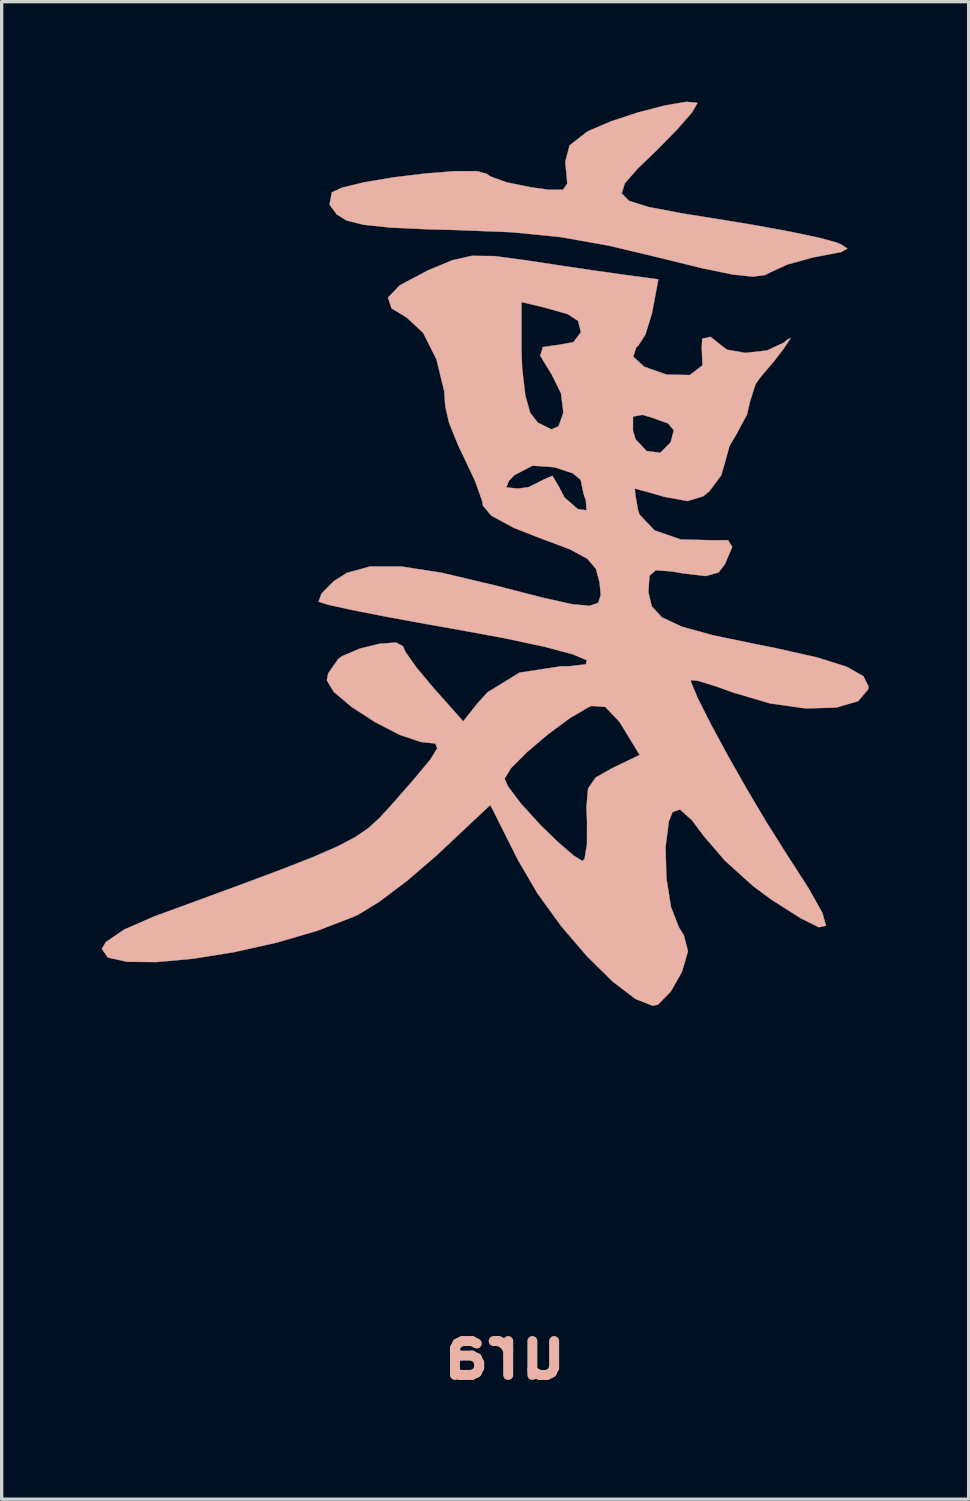
<source format=kicad_pcb>
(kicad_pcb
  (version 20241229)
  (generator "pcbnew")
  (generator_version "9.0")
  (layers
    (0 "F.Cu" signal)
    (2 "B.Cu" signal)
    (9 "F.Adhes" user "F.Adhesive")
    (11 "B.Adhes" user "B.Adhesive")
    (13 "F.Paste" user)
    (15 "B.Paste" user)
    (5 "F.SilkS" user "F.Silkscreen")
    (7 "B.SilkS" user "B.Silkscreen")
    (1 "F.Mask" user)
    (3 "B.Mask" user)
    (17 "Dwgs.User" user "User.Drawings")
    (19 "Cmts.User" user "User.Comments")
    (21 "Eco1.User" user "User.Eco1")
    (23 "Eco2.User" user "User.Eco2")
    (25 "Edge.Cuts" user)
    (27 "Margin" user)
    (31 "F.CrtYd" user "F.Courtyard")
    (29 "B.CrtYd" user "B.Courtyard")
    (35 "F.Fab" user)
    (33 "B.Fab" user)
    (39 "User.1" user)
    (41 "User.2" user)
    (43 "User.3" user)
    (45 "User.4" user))
  (footprint "ura"
    (layer "F.Cu")
    (at 14.631 14.66)
    (property "Reference" "ura" (at -2.54 22.86 180) (layer "B.SilkS") (effects (font (size 1.524 1.524) (thickness 0.3)) (justify mirror)))
    (attr through_hole)
    (fp_poly (pts (xy 2.272 -14.545) (xy 1.468 -14.336) (xy 0.66 -14.071) (xy 0.004 -13.79) (xy -0.082 -13.743) (xy -0.59 -13.346) (xy -0.718 -12.853) (xy -0.696 -12.627) (xy -0.657 -12.2) (xy -0.785 -12.017) (xy -1.205 -12.015) (xy -1.757 -12.091) (xy -2.483 -12.24) (xy -2.975 -12.418) (xy -3.071 -12.494) (xy -3.379 -12.575) (xy -4.043 -12.572) (xy -4.921 -12.504) (xy -5.872 -12.388) (xy -6.753 -12.24) (xy -7.423 -12.077) (xy -7.723 -11.937) (xy -7.793 -11.573) (xy -7.575 -11.276) (xy -7.285 -11.095) (xy -6.78 -10.967) (xy -5.978 -10.881) (xy -4.794 -10.827) (xy -4.03 -10.808) (xy -2.311 -10.741) (xy -0.853 -10.595) (xy 0.587 -10.339) (xy 2.063 -9.987) (xy 3.383 -9.662) (xy 4.303 -9.473) (xy 4.909 -9.409) (xy 5.284 -9.458) (xy 5.434 -9.537) (xy 5.944 -9.772) (xy 6.699 -9.981) (xy 6.927 -10.025) (xy 7.561 -10.147) (xy 7.749 -10.25) (xy 7.547 -10.381) (xy 7.416 -10.434) (xy 6.921 -10.57) (xy 6.063 -10.752) (xy 4.982 -10.951) (xy 4.26 -11.071) (xy 2.799 -11.305) (xy 1.794 -11.495) (xy 1.2 -11.681) (xy 0.974 -11.906) (xy 1.07 -12.211) (xy 1.444 -12.638) (xy 2.005 -13.182) (xy 2.642 -13.827) (xy 3.083 -14.335) (xy 3.245 -14.609) (xy 3.239 -14.626) (xy 2.915 -14.655) (xy 2.272 -14.545)) (stroke (width 0.01) (type solid)) (fill yes) (layer "B.SilkS"))
    (fp_poly (pts (xy -4.117 -9.898) (xy -4.836 -9.598) (xy -4.849 -9.592) (xy -5.683 -9.148) (xy -6.038 -8.781) (xy -5.93 -8.456) (xy -5.476 -8.181) (xy -4.983 -7.722) (xy -4.583 -6.926) (xy -4.35 -5.968) (xy -4.319 -5.514) (xy -4.205 -5.023) (xy -3.919 -4.313) (xy -3.761 -3.99) (xy -3.424 -3.273) (xy -3.218 -2.697) (xy -3.189 -2.54) (xy -2.942 -2.239) (xy -2.266 -1.872) (xy -1.486 -1.566) (xy -0.585 -1.228) (xy -0.06 -0.947) (xy 0.202 -0.641) (xy 0.311 -0.233) (xy 0.347 0.146) (xy 0.27 0.38) (xy 0.008 0.47) (xy -0.515 0.42) (xy -1.373 0.231) (xy -2.639 -0.095) (xy -2.781 -0.132) (xy -4.409 -0.519) (xy -5.648 -0.712) (xy -6.575 -0.711) (xy -7.269 -0.52) (xy -7.655 -0.276) (xy -8.034 0.103) (xy -8.121 0.345) (xy -8.118 0.348) (xy -7.832 0.437) (xy -7.135 0.591) (xy -6.118 0.791) (xy -4.871 1.02) (xy -4.186 1.14) (xy -2.569 1.436) (xy -1.328 1.701) (xy -0.487 1.926) (xy -0.07 2.104) (xy -0.101 2.225) (xy -0.603 2.283) (xy -0.855 2.286) (xy -2.092 2.475) (xy -3.049 3.063) (xy -3.351 3.395) (xy -3.78 3.936) (xy -4.684 2.92) (xy -5.191 2.312) (xy -5.519 1.845) (xy -5.588 1.683) (xy -5.794 1.572) (xy -6.289 1.608) (xy -6.887 1.755) (xy -7.405 1.976) (xy -7.532 2.065) (xy -7.833 2.5) (xy -7.874 2.704) (xy -7.664 3.052) (xy -7.13 3.503) (xy -6.418 3.965) (xy -5.676 4.346) (xy -5.048 4.556) (xy -4.888 4.572) (xy -4.615 4.603) (xy -4.562 4.747) (xy -4.765 5.079) (xy -5.261 5.675) (xy -5.588 6.049) (xy -5.978 6.495) (xy -6.306 6.85) (xy -6.637 7.148) (xy -7.035 7.419) (xy -7.563 7.695) (xy -8.285 8.009) (xy -9.265 8.393) (xy -10.568 8.879) (xy -12.256 9.499) (xy -13.061 9.794) (xy -13.955 10.184) (xy -14.501 10.557) (xy -14.626 10.761) (xy -14.446 11.023) (xy -13.869 11.152) (xy -12.984 11.16) (xy -11.88 11.059) (xy -10.646 10.86) (xy -9.372 10.575) (xy -8.147 10.216) (xy -7.06 9.796) (xy -6.929 9.736) (xy -6.291 9.344) (xy -5.46 8.717) (xy -4.602 7.98) (xy -4.483 7.869) (xy -2.967 6.444) (xy -2.13 8.112) (xy -1.552 9.101) (xy -0.835 10.089) (xy -0.055 10.999) (xy 0.712 11.751) (xy 1.39 12.268) (xy 1.904 12.471) (xy 2.062 12.438) (xy 2.449 12.045) (xy 2.785 11.451) (xy 2.964 10.833) (xy 2.84 10.351) (xy 2.692 10.118) (xy 2.455 9.511) (xy 2.317 8.638) (xy 2.291 7.711) (xy 2.389 6.942) (xy 2.502 6.657) (xy 2.724 6.581) (xy 3.084 6.904) (xy 3.434 7.373) (xy 4.068 8.111) (xy 4.916 8.878) (xy 5.47 9.288) (xy 6.347 9.846) (xy 6.89 10.115) (xy 7.105 10.07) (xy 7 9.688) (xy 6.581 8.943) (xy 5.876 7.846) (xy 5.324 6.97) (xy 4.727 5.965) (xy 4.15 4.945) (xy 1.514 4.945) (xy 0.694 5.339) (xy 0.195 5.621) (xy -0.034 5.953) (xy -0.082 6.517) (xy -0.065 6.931) (xy -0.067 7.63) (xy -0.141 8.061) (xy -0.203 8.128) (xy -0.474 7.96) (xy -0.974 7.524) (xy -1.471 7.039) (xy -2.042 6.412) (xy -2.43 5.899) (xy -2.54 5.659) (xy -2.351 5.347) (xy -1.872 4.866) (xy -1.236 4.325) (xy -0.576 3.837) (xy -0.025 3.513) (xy 0.07 3.474) (xy 0.482 3.503) (xy 0.902 3.946) (xy 1.018 4.129) (xy 1.514 4.945) (xy 4.15 4.945) (xy 4.144 4.935) (xy 3.633 3.988) (xy 3.252 3.229) (xy 3.06 2.765) (xy 3.048 2.699) (xy 3.261 2.719) (xy 3.81 2.888) (xy 4.321 3.072) (xy 5.433 3.4) (xy 6.498 3.548) (xy 7.413 3.523) (xy 8.073 3.329) (xy 8.374 2.97) (xy 8.382 2.888) (xy 8.228 2.583) (xy 7.733 2.301) (xy 6.846 2.02) (xy 5.516 1.722) (xy 5.088 1.638) (xy 3.713 1.354) (xy 2.769 1.092) (xy 2.181 0.814) (xy 1.876 0.485) (xy 1.779 0.069) (xy 1.778 0.003) (xy 1.81 -0.433) (xy 1.999 -0.598) (xy 2.487 -0.562) (xy 2.802 -0.506) (xy 3.5 -0.424) (xy 3.882 -0.532) (xy 4.072 -0.778) (xy 4.292 -1.295) (xy 4.166 -1.5) (xy 3.747 -1.497) (xy 2.751 -1.52) (xy 1.965 -1.792) (xy 1.51 -2.264) (xy 1.468 -2.398) (xy -0.081 -2.398) (xy -0.343 -2.434) (xy -0.746 -2.786) (xy -0.905 -3.097) (xy -1.103 -3.433) (xy -1.346 -3.328) (xy -1.821 -3.091) (xy -2.137 -3.048) (xy -2.487 -3.085) (xy -2.41 -3.28) (xy -2.242 -3.455) (xy -1.704 -3.735) (xy -1.044 -3.689) (xy -0.499 -3.51) (xy -0.255 -3.313) (xy -0.254 -3.303) (xy -0.171 -2.898) (xy -0.099 -2.685) (xy -0.081 -2.398) (xy 1.468 -2.398) (xy 1.459 -2.427) (xy 1.38 -2.895) (xy 1.37 -3.048) (xy 1.607 -2.986) (xy 2.151 -2.833) (xy 2.272 -2.798) (xy 2.954 -2.674) (xy 3.419 -2.818) (xy 3.604 -2.964) (xy 3.966 -3.453) (xy 4.064 -3.801) (xy 4.211 -4.329) (xy 4.437 -4.714) (xy 4.482 -4.799) (xy 2.538 -4.799) (xy 2.448 -4.445) (xy 2.445 -4.437) (xy 2.135 -4.124) (xy 1.723 -4.174) (xy 1.39 -4.529) (xy 1.313 -4.789) (xy 1.315 -5.209) (xy 1.591 -5.261) (xy 1.821 -5.199) (xy 2.367 -5.004) (xy 2.538 -4.799) (xy 4.482 -4.799) (xy 4.737 -5.275) (xy 4.818 -5.633) (xy 4.992 -6.185) (xy 5.144 -6.396) (xy 5.55 -6.875) (xy 5.83 -7.24) (xy 6.046 -7.562) (xy 5.948 -7.521) (xy 5.842 -7.429) (xy 5.339 -7.194) (xy 4.691 -7.12) (xy 4.134 -7.216) (xy 3.937 -7.366) (xy 3.642 -7.603) (xy 3.391 -7.546) (xy 3.378 -7.279) (xy 3.399 -6.746) (xy 3.022 -6.456) (xy 2.323 -6.469) (xy 2.321 -6.469) (xy 1.65 -6.705) (xy 1.323 -7.004) (xy 1.412 -7.292) (xy 1.468 -7.331) (xy 1.686 -7.67) (xy 1.705 -7.732) (xy -0.254 -7.732) (xy -0.475 -7.442) (xy -0.889 -7.366) (xy -1.389 -7.296) (xy -1.47 -7.037) (xy -1.152 -6.514) (xy -1.135 -6.492) (xy -0.846 -5.909) (xy -0.774 -5.326) (xy -0.919 -4.917) (xy -1.134 -4.826) (xy -1.542 -5.027) (xy -1.769 -5.317) (xy -1.917 -5.842) (xy -2.012 -6.656) (xy -2.032 -7.227) (xy -2.032 -8.646) (xy -1.333 -8.479) (xy -0.651 -8.286) (xy -0.336 -8.083) (xy -0.255 -7.775) (xy -0.254 -7.732) (xy 1.705 -7.732) (xy 1.879 -8.291) (xy 1.903 -8.411) (xy 2.075 -9.327) (xy 0.974 -9.475) (xy 0.126 -9.595) (xy -0.962 -9.756) (xy -1.864 -9.894) (xy -2.838 -10.025) (xy -3.52 -10.033) (xy -4.117 -9.898)) (stroke (width 0.01) (type solid)) (fill yes) (layer "B.SilkS")))
  (gr_rect
    (start -3 -3)
    (end 26.018 41.938)
    (stroke (width 0.1) (type default))
    (fill no)
    (layer "Edge.Cuts")))
</source>
